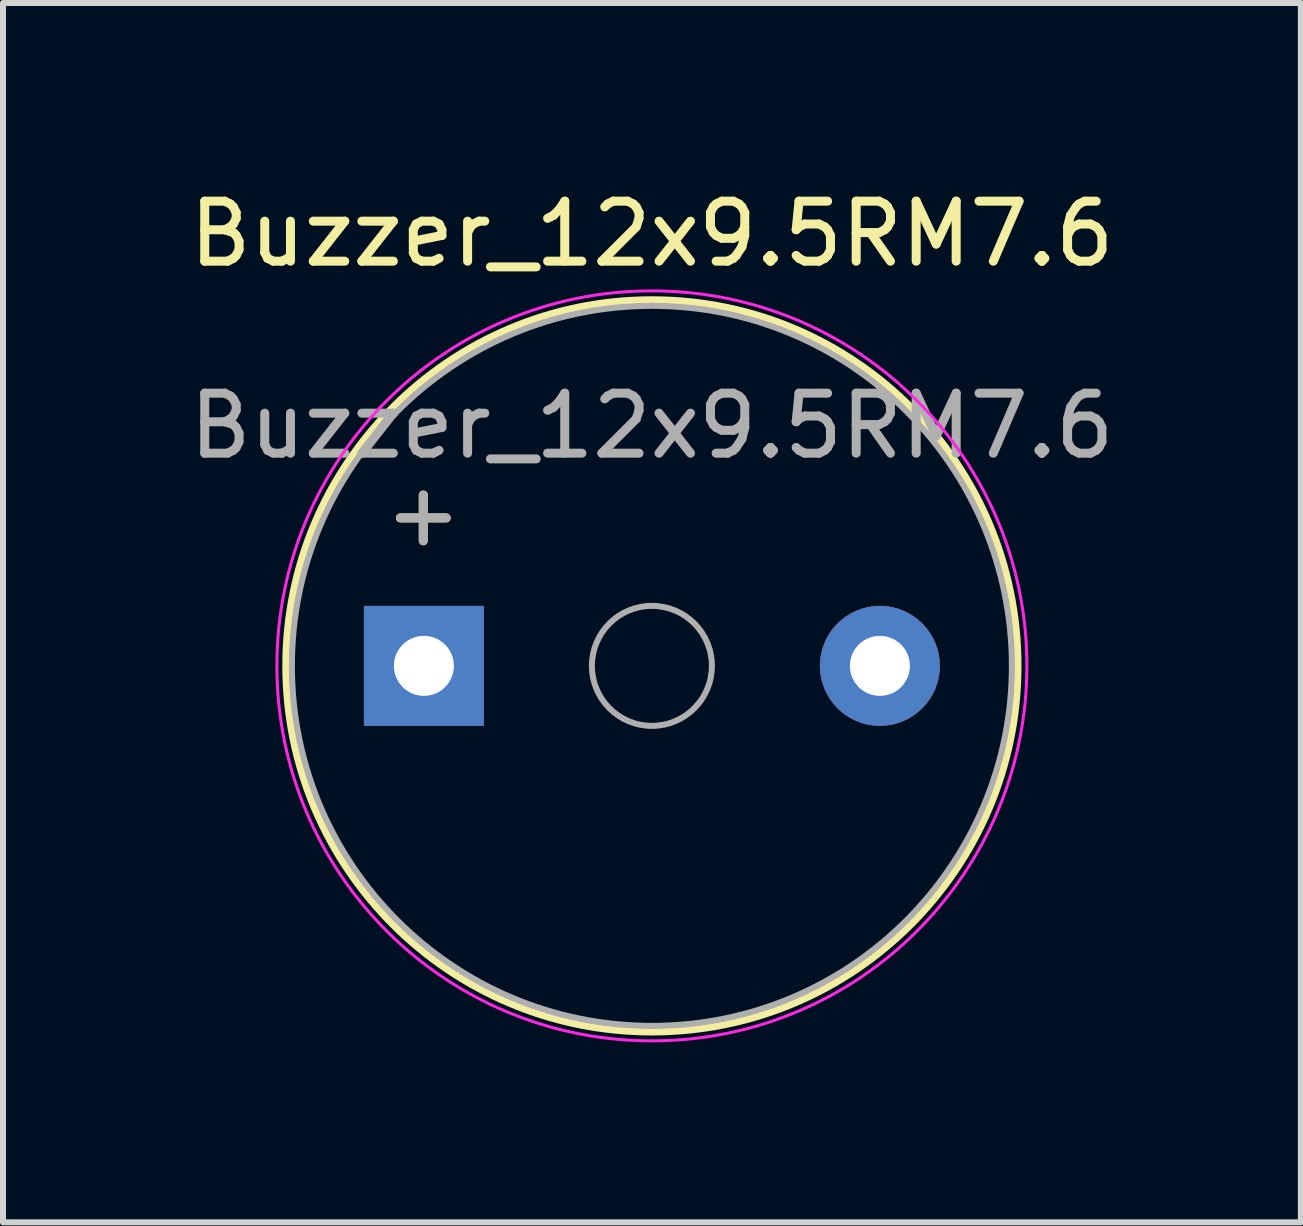
<source format=kicad_pcb>
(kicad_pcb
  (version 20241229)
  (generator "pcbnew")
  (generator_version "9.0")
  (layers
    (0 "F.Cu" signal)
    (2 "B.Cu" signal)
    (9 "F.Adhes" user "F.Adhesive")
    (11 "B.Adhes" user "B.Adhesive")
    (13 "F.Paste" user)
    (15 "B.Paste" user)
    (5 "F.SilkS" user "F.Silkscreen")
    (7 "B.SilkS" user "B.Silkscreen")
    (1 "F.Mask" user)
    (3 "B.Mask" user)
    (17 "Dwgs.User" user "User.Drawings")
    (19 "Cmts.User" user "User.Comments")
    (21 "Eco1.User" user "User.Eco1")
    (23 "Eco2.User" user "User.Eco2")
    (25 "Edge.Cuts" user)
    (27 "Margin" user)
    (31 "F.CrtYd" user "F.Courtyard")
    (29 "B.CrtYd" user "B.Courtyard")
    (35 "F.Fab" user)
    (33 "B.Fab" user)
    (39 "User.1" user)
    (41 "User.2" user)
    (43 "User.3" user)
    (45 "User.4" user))
  (footprint "Buzzer_12x9.5RM7.6"
    (layer "F.Cu")
    (at 4.015 8.048)
    (property "Reference" "Buzzer_12x9.5RM7.6" (at 3.8 -7.2 0) (layer "F.SilkS") (effects (font (size 1 1) (thickness 0.15))))
    (attr through_hole)
    (fp_circle (center 3.8 0) (end 9.9 0) (stroke (width 0.12) (type solid)) (fill no) (layer "F.SilkS"))
    (fp_circle (center 3.8 0) (end 10.05 0) (stroke (width 0.05) (type solid)) (fill no) (layer "F.CrtYd"))
    (fp_circle (center 3.8 0) (end 4.8 0) (stroke (width 0.1) (type solid)) (fill no) (layer "F.Fab"))
    (fp_circle (center 3.8 0) (end 9.8 0) (stroke (width 0.1) (type solid)) (fill no) (layer "F.Fab"))
    (fp_text user "+" (at -0.01 -2.54 0) (layer "F.SilkS") (effects (font (size 1 1) (thickness 0.15))))
    (fp_text user "${REFERENCE}" (at 3.8 -4 0) (layer "F.Fab") (effects (font (size 1 1) (thickness 0.15))))
    (fp_text user "+" (at -0.01 -2.54 0) (layer "F.Fab") (effects (font (size 1 1) (thickness 0.15))))
    (pad "1" thru_hole rect (at 0 0) (size 2 2) (drill 1) (layers "*.Cu" "*.Mask"))
    (pad "2" thru_hole circle (at 7.6 0) (size 2 2) (drill 1) (layers "*.Cu" "*.Mask")))
  (gr_rect
    (start -3 -3)
    (end 18.631 17.323)
    (stroke (width 0.1) (type default))
    (fill no)
    (layer "Edge.Cuts")))
</source>
